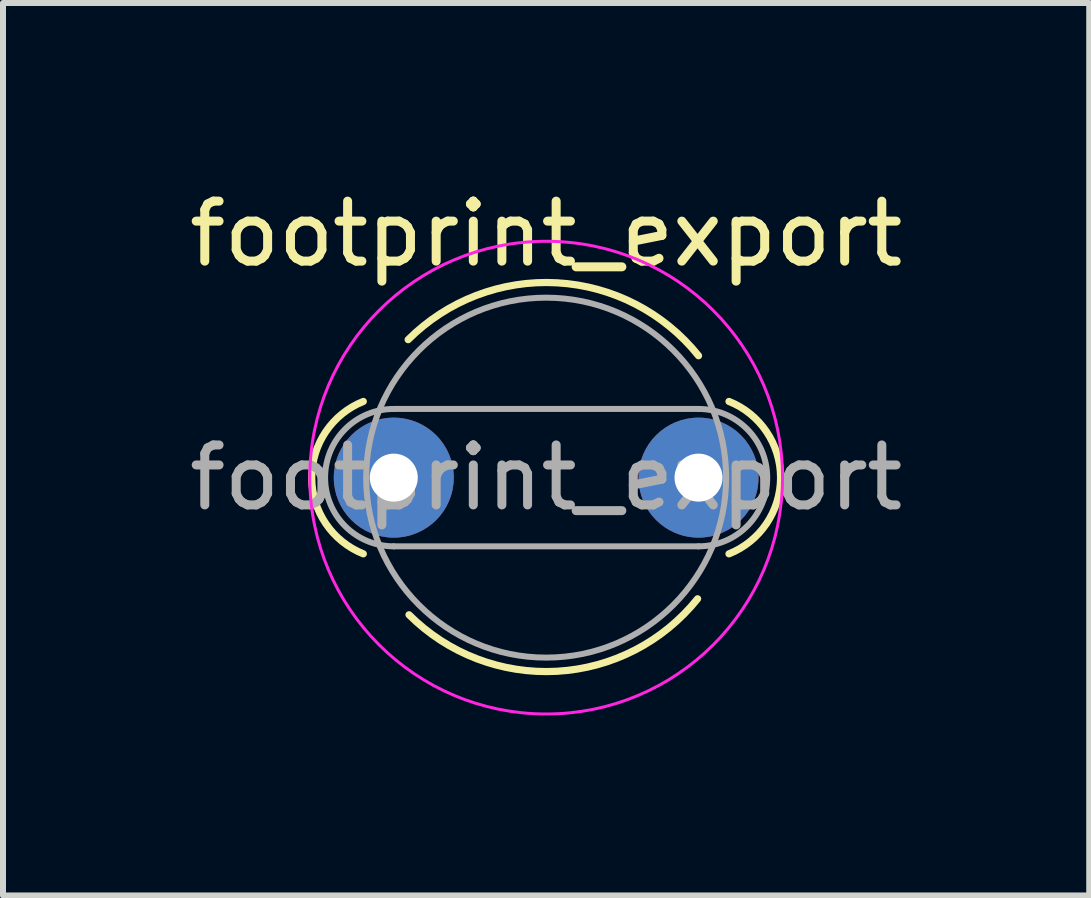
<source format=kicad_pcb>
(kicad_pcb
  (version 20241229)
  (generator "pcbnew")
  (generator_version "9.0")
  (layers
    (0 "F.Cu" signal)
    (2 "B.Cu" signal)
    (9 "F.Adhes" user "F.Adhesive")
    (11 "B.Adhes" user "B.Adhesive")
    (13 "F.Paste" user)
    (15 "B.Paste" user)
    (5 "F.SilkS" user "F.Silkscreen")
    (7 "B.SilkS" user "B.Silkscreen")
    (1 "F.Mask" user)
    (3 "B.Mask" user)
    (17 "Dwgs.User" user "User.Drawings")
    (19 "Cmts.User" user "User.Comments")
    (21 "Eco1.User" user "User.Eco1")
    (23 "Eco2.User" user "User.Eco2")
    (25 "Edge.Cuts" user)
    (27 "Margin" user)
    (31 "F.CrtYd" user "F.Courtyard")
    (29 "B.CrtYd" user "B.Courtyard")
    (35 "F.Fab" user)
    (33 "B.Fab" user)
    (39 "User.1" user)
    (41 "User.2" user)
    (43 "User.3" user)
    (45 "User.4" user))
  (footprint "footprint_export"
    (layer "F.Cu")
    (at 3.514 4.912)
    (property "Reference" "footprint_export" (at 2.54 -4.064 0) (layer "F.SilkS") (effects (font (size 1 1) (thickness 0.15))))
    (attr through_hole)
    (fp_arc (start -0.508 1.27) (mid -1.367832 0) (end -0.508 -1.27) (stroke (width 0.12) (type solid)) (layer "F.SilkS"))
    (fp_arc (start 0.239932 -2.300068) (mid 2.71988 -3.24781) (end 5.08 -2.032) (stroke (width 0.12) (type solid)) (layer "F.SilkS"))
    (fp_arc (start 5.064465 2.019572) (mid 2.71878 3.227946) (end 0.254 2.286) (stroke (width 0.12) (type solid)) (layer "F.SilkS"))
    (fp_arc (start 5.588 -1.27) (mid 6.447832 0) (end 5.588 1.27) (stroke (width 0.12) (type solid)) (layer "F.SilkS"))
    (fp_circle (center 2.54 0) (end 6.48 0) (stroke (width 0.05) (type solid)) (fill no) (layer "F.CrtYd"))
    (fp_line (start 0 -1.145) (end 5.08 -1.145) (stroke (width 0.1) (type solid)) (layer "F.Fab"))
    (fp_line (start 0 1.145) (end 5.08 1.145) (stroke (width 0.1) (type solid)) (layer "F.Fab"))
    (fp_arc (start 0 1.145) (mid -1.145 0) (end 0 -1.145) (stroke (width 0.1) (type solid)) (layer "F.Fab"))
    (fp_arc (start 5.08 -1.145) (mid 6.225 0) (end 5.08 1.145) (stroke (width 0.1) (type solid)) (layer "F.Fab"))
    (fp_circle (center 2.54 0) (end 5.54 0) (stroke (width 0.1) (type solid)) (fill no) (layer "F.Fab"))
    (fp_text user "${REFERENCE}" (at 2.54 0 0) (layer "F.Fab") (effects (font (size 1 1) (thickness 0.15))))
    (pad "1" thru_hole circle (at 0 0) (size 2 2) (drill 0.8) (layers "*.Cu" "*.Mask"))
    (pad "2" thru_hole circle (at 5.08 0) (size 2 2) (drill 0.8) (layers "*.Cu" "*.Mask")))
  (gr_rect
    (start -3 -3)
    (end 15.107 11.877)
    (stroke (width 0.1) (type default))
    (fill no)
    (layer "Edge.Cuts")))
</source>
